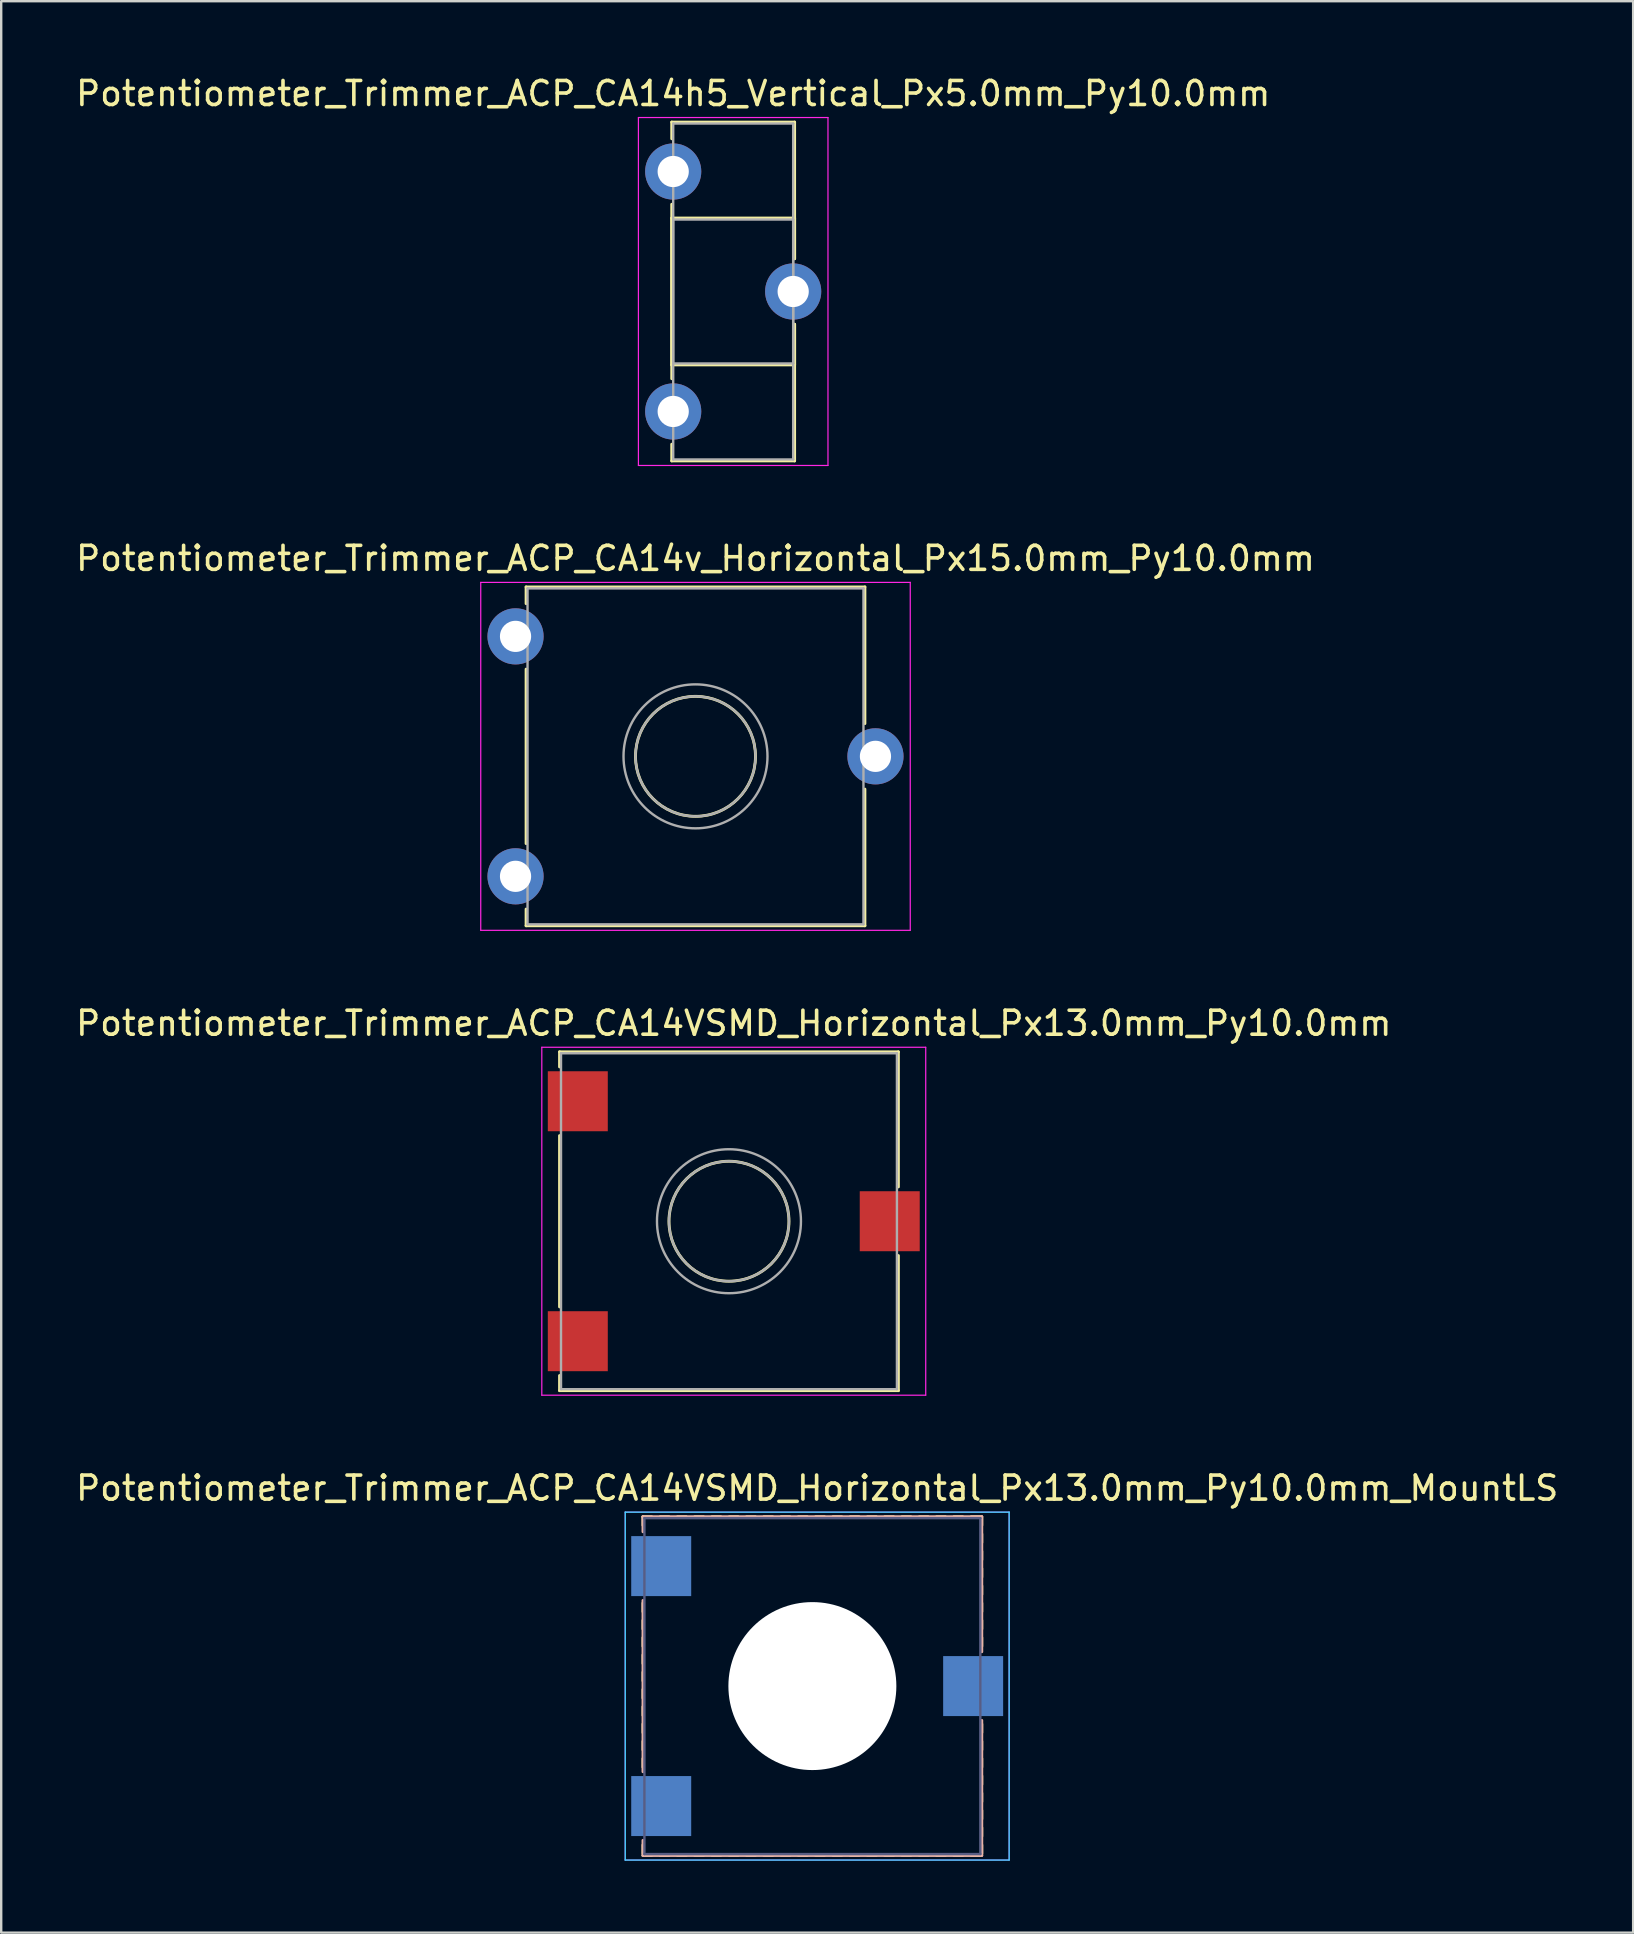
<source format=kicad_pcb>
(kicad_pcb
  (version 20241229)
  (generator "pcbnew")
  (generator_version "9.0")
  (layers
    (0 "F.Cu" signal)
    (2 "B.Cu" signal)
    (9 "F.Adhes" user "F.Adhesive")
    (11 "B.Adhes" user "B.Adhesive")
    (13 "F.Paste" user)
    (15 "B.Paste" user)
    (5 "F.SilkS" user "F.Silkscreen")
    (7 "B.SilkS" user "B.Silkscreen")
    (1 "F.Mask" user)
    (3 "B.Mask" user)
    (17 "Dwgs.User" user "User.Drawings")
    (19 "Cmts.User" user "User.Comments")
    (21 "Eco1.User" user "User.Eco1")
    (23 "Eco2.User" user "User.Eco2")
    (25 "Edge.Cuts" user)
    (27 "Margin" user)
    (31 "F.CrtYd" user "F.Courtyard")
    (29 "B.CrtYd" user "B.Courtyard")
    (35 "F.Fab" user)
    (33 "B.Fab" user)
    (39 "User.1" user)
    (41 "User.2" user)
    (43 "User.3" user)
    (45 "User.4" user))
  (footprint "Potentiometer_Trimmer_ACP_CA14h5_Vertical_Px5.0mm_Py10.0mm"
    (layer "F.Cu")
    (at 25.006 4.098)
    (property "Reference" "Potentiometer_Trimmer_ACP_CA14h5_Vertical_Px5.0mm_Py10.0mm" (at 0 -3.25 0) (layer "F.SilkS") (effects (font (size 1 1) (thickness 0.15))))
    (attr through_hole)
    (fp_line (start -0.061 -2.06) (end -0.061 -1.365) (stroke (width 0.12) (type solid)) (layer "F.SilkS"))
    (fp_line (start -0.061 -2.06) (end 5.06 -2.06) (stroke (width 0.12) (type solid)) (layer "F.SilkS"))
    (fp_line (start -0.061 1.365) (end -0.061 8.635) (stroke (width 0.12) (type solid)) (layer "F.SilkS"))
    (fp_line (start -0.061 1.94) (end -0.061 8.06) (stroke (width 0.12) (type solid)) (layer "F.SilkS"))
    (fp_line (start -0.061 1.94) (end 5.06 1.94) (stroke (width 0.12) (type solid)) (layer "F.SilkS"))
    (fp_line (start -0.061 8.06) (end 5.06 8.06) (stroke (width 0.12) (type solid)) (layer "F.SilkS"))
    (fp_line (start -0.061 11.365) (end -0.061 12.06) (stroke (width 0.12) (type solid)) (layer "F.SilkS"))
    (fp_line (start -0.061 12.06) (end 5.06 12.06) (stroke (width 0.12) (type solid)) (layer "F.SilkS"))
    (fp_line (start 5.06 -2.06) (end 5.06 3.635) (stroke (width 0.12) (type solid)) (layer "F.SilkS"))
    (fp_line (start 5.06 1.94) (end 5.06 3.635) (stroke (width 0.12) (type solid)) (layer "F.SilkS"))
    (fp_line (start 5.06 6.365) (end 5.06 8.06) (stroke (width 0.12) (type solid)) (layer "F.SilkS"))
    (fp_line (start 5.06 6.365) (end 5.06 12.06) (stroke (width 0.12) (type solid)) (layer "F.SilkS"))
    (fp_line (start -1.45 -2.25) (end -1.45 12.25) (stroke (width 0.05) (type solid)) (layer "F.CrtYd"))
    (fp_line (start -1.45 12.25) (end 6.45 12.25) (stroke (width 0.05) (type solid)) (layer "F.CrtYd"))
    (fp_line (start 6.45 -2.25) (end -1.45 -2.25) (stroke (width 0.05) (type solid)) (layer "F.CrtYd"))
    (fp_line (start 6.45 12.25) (end 6.45 -2.25) (stroke (width 0.05) (type solid)) (layer "F.CrtYd"))
    (fp_line (start 0 -2) (end 5 -2) (stroke (width 0.1) (type solid)) (layer "F.Fab"))
    (fp_line (start 0 2) (end 0 8) (stroke (width 0.1) (type solid)) (layer "F.Fab"))
    (fp_line (start 0 8) (end 5 8) (stroke (width 0.1) (type solid)) (layer "F.Fab"))
    (fp_line (start 0 12) (end 0 -2) (stroke (width 0.1) (type solid)) (layer "F.Fab"))
    (fp_line (start 5 -2) (end 5 12) (stroke (width 0.1) (type solid)) (layer "F.Fab"))
    (fp_line (start 5 2) (end 0 2) (stroke (width 0.1) (type solid)) (layer "F.Fab"))
    (fp_line (start 5 8) (end 5 2) (stroke (width 0.1) (type solid)) (layer "F.Fab"))
    (fp_line (start 5 12) (end 0 12) (stroke (width 0.1) (type solid)) (layer "F.Fab"))
    (pad "1" thru_hole circle (at 0 0) (size 2.34 2.34) (drill 1.3) (layers "*.Cu" "*.Mask"))
    (pad "2" thru_hole circle (at 5 5) (size 2.34 2.34) (drill 1.3) (layers "*.Cu" "*.Mask"))
    (pad "3" thru_hole circle (at 0 10) (size 2.34 2.34) (drill 1.3) (layers "*.Cu" "*.Mask")))
  (footprint "Potentiometer_Trimmer_ACP_CA14VSMD_Horizontal_Px13.0mm_Py10.0mm_MountLS"
    (layer "F.Cu")
    (at 31.006 67.218)
    (property "Reference" "Potentiometer_Trimmer_ACP_CA14VSMD_Horizontal_Px13.0mm_Py10.0mm_MountLS" (at 0 -8.25 0) (layer "F.SilkS") (effects (font (size 1 1) (thickness 0.15))))
    (attr smd)
    (fp_line (start -7.26 -7.06) (end -7.26 -6.701) (stroke (width 0.12) (type solid)) (layer "F.SilkS"))
    (fp_line (start -7.26 -7.06) (end -6.9 -7.06) (stroke (width 0.12) (type solid)) (layer "F.SilkS"))
    (fp_line (start -7.26 -3.46) (end -7.26 -3.1) (stroke (width 0.12) (type solid)) (layer "F.SilkS"))
    (fp_line (start -7.26 -2.74) (end -7.26 -2.38) (stroke (width 0.12) (type solid)) (layer "F.SilkS"))
    (fp_line (start -7.26 -2.02) (end -7.26 -1.66) (stroke (width 0.12) (type solid)) (layer "F.SilkS"))
    (fp_line (start -7.26 -1.3) (end -7.26 -0.94) (stroke (width 0.12) (type solid)) (layer "F.SilkS"))
    (fp_line (start -7.26 -0.58) (end -7.26 -0.22) (stroke (width 0.12) (type solid)) (layer "F.SilkS"))
    (fp_line (start -7.26 0.14) (end -7.26 0.5) (stroke (width 0.12) (type solid)) (layer "F.SilkS"))
    (fp_line (start -7.26 0.86) (end -7.26 1.22) (stroke (width 0.12) (type solid)) (layer "F.SilkS"))
    (fp_line (start -7.26 1.58) (end -7.26 1.94) (stroke (width 0.12) (type solid)) (layer "F.SilkS"))
    (fp_line (start -7.26 2.3) (end -7.26 2.66) (stroke (width 0.12) (type solid)) (layer "F.SilkS"))
    (fp_line (start -7.26 3.02) (end -7.26 3.38) (stroke (width 0.12) (type solid)) (layer "F.SilkS"))
    (fp_line (start -7.26 6.62) (end -7.26 6.98) (stroke (width 0.12) (type solid)) (layer "F.SilkS"))
    (fp_line (start -7.26 7.06) (end -6.9 7.06) (stroke (width 0.12) (type solid)) (layer "F.SilkS"))
    (fp_line (start -6.541 -7.06) (end -6.18 -7.06) (stroke (width 0.12) (type solid)) (layer "F.SilkS"))
    (fp_line (start -6.541 7.06) (end -6.18 7.06) (stroke (width 0.12) (type solid)) (layer "F.SilkS"))
    (fp_line (start -5.82 -7.06) (end -5.46 -7.06) (stroke (width 0.12) (type solid)) (layer "F.SilkS"))
    (fp_line (start -5.82 7.06) (end -5.46 7.06) (stroke (width 0.12) (type solid)) (layer "F.SilkS"))
    (fp_line (start -5.1 -7.06) (end -4.74 -7.06) (stroke (width 0.12) (type solid)) (layer "F.SilkS"))
    (fp_line (start -5.1 7.06) (end -4.74 7.06) (stroke (width 0.12) (type solid)) (layer "F.SilkS"))
    (fp_line (start -4.38 -7.06) (end -4.02 -7.06) (stroke (width 0.12) (type solid)) (layer "F.SilkS"))
    (fp_line (start -4.38 7.06) (end -4.02 7.06) (stroke (width 0.12) (type solid)) (layer "F.SilkS"))
    (fp_line (start -3.66 -7.06) (end -3.3 -7.06) (stroke (width 0.12) (type solid)) (layer "F.SilkS"))
    (fp_line (start -3.66 7.06) (end -3.3 7.06) (stroke (width 0.12) (type solid)) (layer "F.SilkS"))
    (fp_line (start -2.94 -7.06) (end -2.58 -7.06) (stroke (width 0.12) (type solid)) (layer "F.SilkS"))
    (fp_line (start -2.94 7.06) (end -2.58 7.06) (stroke (width 0.12) (type solid)) (layer "F.SilkS"))
    (fp_line (start -2.22 -7.06) (end -1.86 -7.06) (stroke (width 0.12) (type solid)) (layer "F.SilkS"))
    (fp_line (start -2.22 7.06) (end -1.86 7.06) (stroke (width 0.12) (type solid)) (layer "F.SilkS"))
    (fp_line (start -1.5 -7.06) (end -1.14 -7.06) (stroke (width 0.12) (type solid)) (layer "F.SilkS"))
    (fp_line (start -1.5 7.06) (end -1.14 7.06) (stroke (width 0.12) (type solid)) (layer "F.SilkS"))
    (fp_line (start -0.78 -7.06) (end -0.42 -7.06) (stroke (width 0.12) (type solid)) (layer "F.SilkS"))
    (fp_line (start -0.78 7.06) (end -0.42 7.06) (stroke (width 0.12) (type solid)) (layer "F.SilkS"))
    (fp_line (start -0.06 -7.06) (end 0.3 -7.06) (stroke (width 0.12) (type solid)) (layer "F.SilkS"))
    (fp_line (start -0.06 7.06) (end 0.3 7.06) (stroke (width 0.12) (type solid)) (layer "F.SilkS"))
    (fp_line (start 0.66 -7.06) (end 1.02 -7.06) (stroke (width 0.12) (type solid)) (layer "F.SilkS"))
    (fp_line (start 0.66 7.06) (end 1.02 7.06) (stroke (width 0.12) (type solid)) (layer "F.SilkS"))
    (fp_line (start 1.38 -7.06) (end 1.74 -7.06) (stroke (width 0.12) (type solid)) (layer "F.SilkS"))
    (fp_line (start 1.38 7.06) (end 1.74 7.06) (stroke (width 0.12) (type solid)) (layer "F.SilkS"))
    (fp_line (start 2.1 -7.06) (end 2.46 -7.06) (stroke (width 0.12) (type solid)) (layer "F.SilkS"))
    (fp_line (start 2.1 7.06) (end 2.46 7.06) (stroke (width 0.12) (type solid)) (layer "F.SilkS"))
    (fp_line (start 2.82 -7.06) (end 3.18 -7.06) (stroke (width 0.12) (type solid)) (layer "F.SilkS"))
    (fp_line (start 2.82 7.06) (end 3.18 7.06) (stroke (width 0.12) (type solid)) (layer "F.SilkS"))
    (fp_line (start 3.54 -7.06) (end 3.9 -7.06) (stroke (width 0.12) (type solid)) (layer "F.SilkS"))
    (fp_line (start 3.54 7.06) (end 3.9 7.06) (stroke (width 0.12) (type solid)) (layer "F.SilkS"))
    (fp_line (start 4.26 -7.06) (end 4.62 -7.06) (stroke (width 0.12) (type solid)) (layer "F.SilkS"))
    (fp_line (start 4.26 7.06) (end 4.62 7.06) (stroke (width 0.12) (type solid)) (layer "F.SilkS"))
    (fp_line (start 4.98 -7.06) (end 5.34 -7.06) (stroke (width 0.12) (type solid)) (layer "F.SilkS"))
    (fp_line (start 4.98 7.06) (end 5.34 7.06) (stroke (width 0.12) (type solid)) (layer "F.SilkS"))
    (fp_line (start 5.7 -7.06) (end 6.06 -7.06) (stroke (width 0.12) (type solid)) (layer "F.SilkS"))
    (fp_line (start 5.7 7.06) (end 6.06 7.06) (stroke (width 0.12) (type solid)) (layer "F.SilkS"))
    (fp_line (start 6.421 -7.06) (end 6.78 -7.06) (stroke (width 0.12) (type solid)) (layer "F.SilkS"))
    (fp_line (start 6.421 7.06) (end 6.78 7.06) (stroke (width 0.12) (type solid)) (layer "F.SilkS"))
    (fp_line (start 6.86 -7.06) (end 6.86 -6.701) (stroke (width 0.12) (type solid)) (layer "F.SilkS"))
    (fp_line (start 6.86 -6.34) (end 6.86 -5.981) (stroke (width 0.12) (type solid)) (layer "F.SilkS"))
    (fp_line (start 6.86 -5.621) (end 6.86 -5.261) (stroke (width 0.12) (type solid)) (layer "F.SilkS"))
    (fp_line (start 6.86 -4.9) (end 6.86 -4.54) (stroke (width 0.12) (type solid)) (layer "F.SilkS"))
    (fp_line (start 6.86 -4.18) (end 6.86 -3.82) (stroke (width 0.12) (type solid)) (layer "F.SilkS"))
    (fp_line (start 6.86 -3.46) (end 6.86 -3.1) (stroke (width 0.12) (type solid)) (layer "F.SilkS"))
    (fp_line (start 6.86 -2.74) (end 6.86 -2.38) (stroke (width 0.12) (type solid)) (layer "F.SilkS"))
    (fp_line (start 6.86 -2.02) (end 6.86 -1.66) (stroke (width 0.12) (type solid)) (layer "F.SilkS"))
    (fp_line (start 6.86 1.58) (end 6.86 1.94) (stroke (width 0.12) (type solid)) (layer "F.SilkS"))
    (fp_line (start 6.86 2.3) (end 6.86 2.66) (stroke (width 0.12) (type solid)) (layer "F.SilkS"))
    (fp_line (start 6.86 3.02) (end 6.86 3.38) (stroke (width 0.12) (type solid)) (layer "F.SilkS"))
    (fp_line (start 6.86 3.74) (end 6.86 4.1) (stroke (width 0.12) (type solid)) (layer "F.SilkS"))
    (fp_line (start 6.86 4.46) (end 6.86 4.82) (stroke (width 0.12) (type solid)) (layer "F.SilkS"))
    (fp_line (start 6.86 5.18) (end 6.86 5.54) (stroke (width 0.12) (type solid)) (layer "F.SilkS"))
    (fp_line (start 6.86 5.9) (end 6.86 6.26) (stroke (width 0.12) (type solid)) (layer "F.SilkS"))
    (fp_line (start 6.86 6.62) (end 6.86 6.98) (stroke (width 0.12) (type solid)) (layer "F.SilkS"))
    (fp_line (start -7.26 -7.06) (end -7.26 -6.431) (stroke (width 0.12) (type solid)) (layer "B.SilkS"))
    (fp_line (start -7.26 -7.06) (end 6.86 -7.06) (stroke (width 0.12) (type solid)) (layer "B.SilkS"))
    (fp_line (start -7.26 -3.569) (end -7.26 3.57) (stroke (width 0.12) (type solid)) (layer "B.SilkS"))
    (fp_line (start -7.26 6.43) (end -7.26 7.06) (stroke (width 0.12) (type solid)) (layer "B.SilkS"))
    (fp_line (start -7.26 7.06) (end 6.86 7.06) (stroke (width 0.12) (type solid)) (layer "B.SilkS"))
    (fp_line (start 6.86 -7.06) (end 6.86 -1.43) (stroke (width 0.12) (type solid)) (layer "B.SilkS"))
    (fp_line (start 6.86 1.43) (end 6.86 7.06) (stroke (width 0.12) (type solid)) (layer "B.SilkS"))
    (fp_line (start -8 -7.25) (end -8 7.25) (stroke (width 0.05) (type solid)) (layer "B.CrtYd"))
    (fp_line (start -8 7.25) (end 8 7.25) (stroke (width 0.05) (type solid)) (layer "B.CrtYd"))
    (fp_line (start 8 -7.25) (end -8 -7.25) (stroke (width 0.05) (type solid)) (layer "B.CrtYd"))
    (fp_line (start 8 7.25) (end 8 -7.25) (stroke (width 0.05) (type solid)) (layer "B.CrtYd"))
    (fp_line (start -8 -7.25) (end -8 7.25) (stroke (width 0.05) (type solid)) (layer "F.CrtYd"))
    (fp_line (start -8 7.25) (end 8 7.25) (stroke (width 0.05) (type solid)) (layer "F.CrtYd"))
    (fp_line (start 8 -7.25) (end -8 -7.25) (stroke (width 0.05) (type solid)) (layer "F.CrtYd"))
    (fp_line (start 8 7.25) (end 8 -7.25) (stroke (width 0.05) (type solid)) (layer "F.CrtYd"))
    (fp_line (start -7.2 -7) (end -7.2 7) (stroke (width 0.1) (type solid)) (layer "B.Fab"))
    (fp_line (start -7.2 7) (end 6.8 7) (stroke (width 0.1) (type solid)) (layer "B.Fab"))
    (fp_line (start 6.8 -7) (end -7.2 -7) (stroke (width 0.1) (type solid)) (layer "B.Fab"))
    (fp_line (start 6.8 7) (end 6.8 -7) (stroke (width 0.1) (type solid)) (layer "B.Fab"))
    (fp_circle (center -0.2 0) (end 2.3 0) (stroke (width 0.1) (type solid)) (fill no) (layer "B.Fab"))
    (fp_circle (center -0.2 0) (end 2.8 0) (stroke (width 0.1) (type solid)) (fill no) (layer "B.Fab"))
    (pad "" np_thru_hole circle (at -0.2 0) (size 7 7) (drill 7) (layers "*.Cu" "*.Mask"))
    (pad "1" smd rect (at -6.5 5) (size 2.5 2.5) (layers "B.Cu" "B.Mask"))
    (pad "2" smd rect (at 6.5 0) (size 2.5 2.5) (layers "B.Cu" "B.Mask"))
    (pad "3" smd rect (at -6.5 -5) (size 2.5 2.5) (layers "B.Cu" "B.Mask")))
  (footprint "Potentiometer_Trimmer_ACP_CA14VSMD_Horizontal_Px13.0mm_Py10.0mm"
    (layer "F.Cu")
    (at 27.53 47.845)
    (property "Reference" "Potentiometer_Trimmer_ACP_CA14VSMD_Horizontal_Px13.0mm_Py10.0mm" (at 0 -8.25 0) (layer "F.SilkS") (effects (font (size 1 1) (thickness 0.15))))
    (attr smd)
    (fp_line (start -7.26 -7.06) (end -7.26 -6.431) (stroke (width 0.12) (type solid)) (layer "F.SilkS"))
    (fp_line (start -7.26 -7.06) (end 6.86 -7.06) (stroke (width 0.12) (type solid)) (layer "F.SilkS"))
    (fp_line (start -7.26 -3.569) (end -7.26 3.57) (stroke (width 0.12) (type solid)) (layer "F.SilkS"))
    (fp_line (start -7.26 6.43) (end -7.26 7.06) (stroke (width 0.12) (type solid)) (layer "F.SilkS"))
    (fp_line (start -7.26 7.06) (end 6.86 7.06) (stroke (width 0.12) (type solid)) (layer "F.SilkS"))
    (fp_line (start 6.86 -7.06) (end 6.86 -1.43) (stroke (width 0.12) (type solid)) (layer "F.SilkS"))
    (fp_line (start 6.86 1.43) (end 6.86 7.06) (stroke (width 0.12) (type solid)) (layer "F.SilkS"))
    (fp_circle (center -0.2 0) (end 2.3 0) (stroke (width 0.12) (type solid)) (fill no) (layer "F.SilkS"))
    (fp_line (start -8 -7.25) (end -8 7.25) (stroke (width 0.05) (type solid)) (layer "F.CrtYd"))
    (fp_line (start -8 7.25) (end 8 7.25) (stroke (width 0.05) (type solid)) (layer "F.CrtYd"))
    (fp_line (start 8 -7.25) (end -8 -7.25) (stroke (width 0.05) (type solid)) (layer "F.CrtYd"))
    (fp_line (start 8 7.25) (end 8 -7.25) (stroke (width 0.05) (type solid)) (layer "F.CrtYd"))
    (fp_line (start -7.2 -7) (end -7.2 7) (stroke (width 0.1) (type solid)) (layer "F.Fab"))
    (fp_line (start -7.2 7) (end 6.8 7) (stroke (width 0.1) (type solid)) (layer "F.Fab"))
    (fp_line (start 6.8 -7) (end -7.2 -7) (stroke (width 0.1) (type solid)) (layer "F.Fab"))
    (fp_line (start 6.8 7) (end 6.8 -7) (stroke (width 0.1) (type solid)) (layer "F.Fab"))
    (fp_circle (center -0.2 0) (end 2.3 0) (stroke (width 0.1) (type solid)) (fill no) (layer "F.Fab"))
    (fp_circle (center -0.2 0) (end 2.8 0) (stroke (width 0.1) (type solid)) (fill no) (layer "F.Fab"))
    (pad "1" smd rect (at -6.5 5) (size 2.5 2.5) (layers "F.Cu" "F.Mask"))
    (pad "2" smd rect (at 6.5 0) (size 2.5 2.5) (layers "F.Cu" "F.Mask"))
    (pad "3" smd rect (at -6.5 -5) (size 2.5 2.5) (layers "F.Cu" "F.Mask")))
  (footprint "Potentiometer_Trimmer_ACP_CA14v_Horizontal_Px15.0mm_Py10.0mm"
    (layer "F.Cu")
    (at 18.435 33.471)
    (property "Reference" "Potentiometer_Trimmer_ACP_CA14v_Horizontal_Px15.0mm_Py10.0mm" (at 7.5 -13.25 0) (layer "F.SilkS") (effects (font (size 1 1) (thickness 0.15))))
    (attr through_hole)
    (fp_line (start 0.44 -12.06) (end 0.44 -11.365) (stroke (width 0.12) (type solid)) (layer "F.SilkS"))
    (fp_line (start 0.44 -12.06) (end 14.56 -12.06) (stroke (width 0.12) (type solid)) (layer "F.SilkS"))
    (fp_line (start 0.44 -8.635) (end 0.44 -1.365) (stroke (width 0.12) (type solid)) (layer "F.SilkS"))
    (fp_line (start 0.44 1.365) (end 0.44 2.06) (stroke (width 0.12) (type solid)) (layer "F.SilkS"))
    (fp_line (start 0.44 2.06) (end 14.56 2.06) (stroke (width 0.12) (type solid)) (layer "F.SilkS"))
    (fp_line (start 14.56 -12.06) (end 14.56 -6.365) (stroke (width 0.12) (type solid)) (layer "F.SilkS"))
    (fp_line (start 14.56 -3.635) (end 14.56 2.06) (stroke (width 0.12) (type solid)) (layer "F.SilkS"))
    (fp_circle (center 7.5 -5) (end 10 -5) (stroke (width 0.12) (type solid)) (fill no) (layer "F.SilkS"))
    (fp_line (start -1.45 -12.25) (end -1.45 2.25) (stroke (width 0.05) (type solid)) (layer "F.CrtYd"))
    (fp_line (start -1.45 2.25) (end 16.45 2.25) (stroke (width 0.05) (type solid)) (layer "F.CrtYd"))
    (fp_line (start 16.45 -12.25) (end -1.45 -12.25) (stroke (width 0.05) (type solid)) (layer "F.CrtYd"))
    (fp_line (start 16.45 2.25) (end 16.45 -12.25) (stroke (width 0.05) (type solid)) (layer "F.CrtYd"))
    (fp_line (start 0.5 -12) (end 0.5 2) (stroke (width 0.1) (type solid)) (layer "F.Fab"))
    (fp_line (start 0.5 2) (end 14.5 2) (stroke (width 0.1) (type solid)) (layer "F.Fab"))
    (fp_line (start 14.5 -12) (end 0.5 -12) (stroke (width 0.1) (type solid)) (layer "F.Fab"))
    (fp_line (start 14.5 2) (end 14.5 -12) (stroke (width 0.1) (type solid)) (layer "F.Fab"))
    (fp_circle (center 7.5 -5) (end 10 -5) (stroke (width 0.1) (type solid)) (fill no) (layer "F.Fab"))
    (fp_circle (center 7.5 -5) (end 10.5 -5) (stroke (width 0.1) (type solid)) (fill no) (layer "F.Fab"))
    (pad "1" thru_hole circle (at 0 0) (size 2.34 2.34) (drill 1.3) (layers "*.Cu" "*.Mask"))
    (pad "2" thru_hole circle (at 15 -5) (size 2.34 2.34) (drill 1.3) (layers "*.Cu" "*.Mask"))
    (pad "3" thru_hole circle (at 0 -10) (size 2.34 2.34) (drill 1.3) (layers "*.Cu" "*.Mask")))
  (gr_rect
    (start -3 -3)
    (end 65.012 77.493)
    (stroke (width 0.1) (type default))
    (fill no)
    (layer "Edge.Cuts")))
</source>
